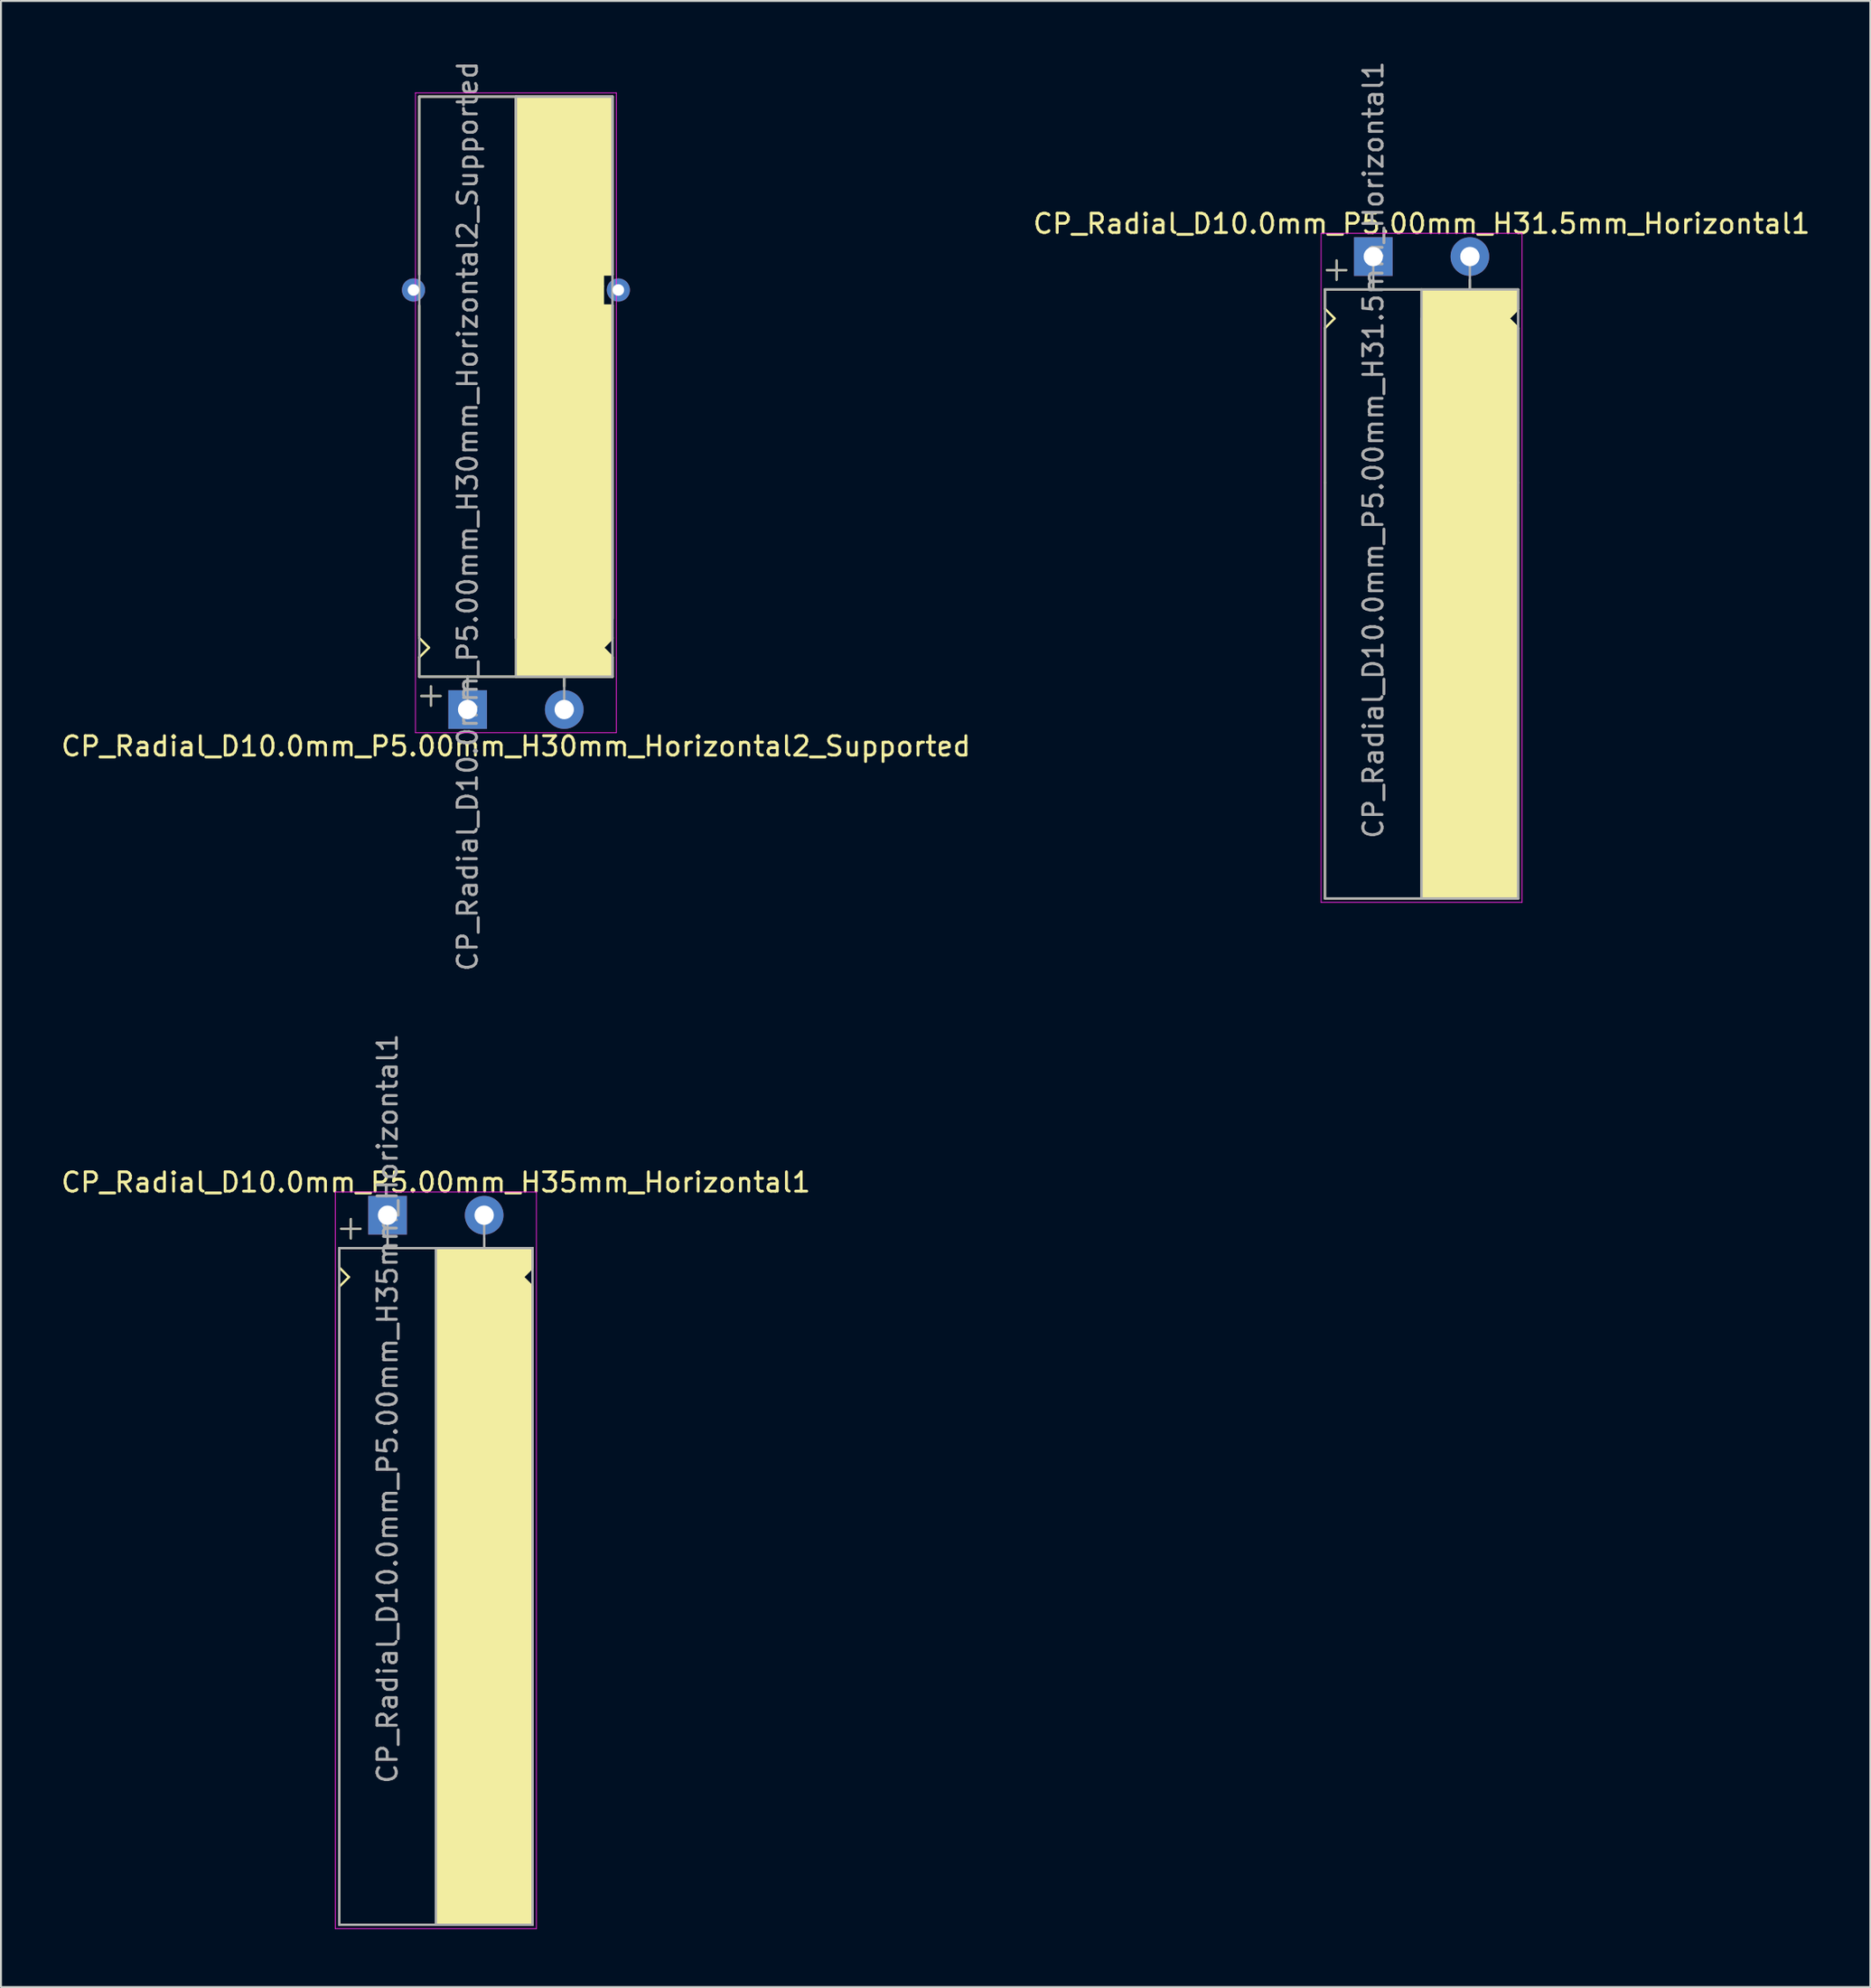
<source format=kicad_pcb>
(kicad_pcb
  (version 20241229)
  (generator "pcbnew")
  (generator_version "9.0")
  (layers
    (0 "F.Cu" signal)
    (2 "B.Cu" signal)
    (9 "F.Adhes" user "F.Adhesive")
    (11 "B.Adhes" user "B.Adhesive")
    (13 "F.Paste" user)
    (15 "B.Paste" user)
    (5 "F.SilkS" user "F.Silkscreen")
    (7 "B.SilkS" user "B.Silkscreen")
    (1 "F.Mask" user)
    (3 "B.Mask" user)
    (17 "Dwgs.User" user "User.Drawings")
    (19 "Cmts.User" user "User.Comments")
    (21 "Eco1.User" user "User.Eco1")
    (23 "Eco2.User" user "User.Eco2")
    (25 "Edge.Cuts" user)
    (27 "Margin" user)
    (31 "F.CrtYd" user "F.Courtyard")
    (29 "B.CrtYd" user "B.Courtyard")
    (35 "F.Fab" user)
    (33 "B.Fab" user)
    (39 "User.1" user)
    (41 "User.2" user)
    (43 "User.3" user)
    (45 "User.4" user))
  (footprint "CP_Radial_D10.0mm_P5.00mm_H31.5mm_Horizontal1"
    (layer "F.Cu")
    (at 68.018 10.22)
    (property "Reference" "CP_Radial_D10.0mm_P5.00mm_H31.5mm_Horizontal1" (at 2.5 -1.7 0) (layer "F.SilkS") (effects (font (size 1 1) (thickness 0.15))))
    (attr through_hole)
    (fp_line (start -2.5 1.7) (end -2.5 2.7) (stroke (width 0.12) (type solid)) (layer "F.SilkS"))
    (fp_line (start -2.5 2.7) (end -2 3.2) (stroke (width 0.12) (type solid)) (layer "F.SilkS"))
    (fp_line (start -2.5 3.7) (end -2.5 11.7) (stroke (width 0.12) (type solid)) (layer "F.SilkS"))
    (fp_line (start -2.5 11.7) (end -2.5 33.2) (stroke (width 0.12) (type solid)) (layer "F.SilkS"))
    (fp_line (start -2.5 33.2) (end 7.5 33.2) (stroke (width 0.12) (type solid)) (layer "F.SilkS"))
    (fp_line (start -2 3.2) (end -2.5 3.7) (stroke (width 0.12) (type solid)) (layer "F.SilkS"))
    (fp_line (start -1.9 0.2) (end -1.9 1.2) (stroke (width 0.12) (type solid)) (layer "F.SilkS"))
    (fp_line (start -1.4 0.7) (end -2.4 0.7) (stroke (width 0.12) (type solid)) (layer "F.SilkS"))
    (fp_line (start 0 1.7) (end 0 1.2) (stroke (width 0.12) (type solid)) (layer "F.SilkS"))
    (fp_line (start 2.5 1.7) (end -2.5 1.7) (stroke (width 0.12) (type solid)) (layer "F.SilkS"))
    (fp_line (start 2.5 33.2) (end 2.5 3.2) (stroke (width 0.12) (type solid)) (layer "F.SilkS"))
    (fp_line (start 5 1.7) (end 5 1.2) (stroke (width 0.12) (type solid)) (layer "F.SilkS"))
    (fp_line (start 7 3.2) (end 7.5 3.7) (stroke (width 0.12) (type solid)) (layer "F.SilkS"))
    (fp_line (start 7.5 1.7) (end 2.5 1.7) (stroke (width 0.12) (type solid)) (layer "F.SilkS"))
    (fp_line (start 7.5 1.7) (end 7.5 2.7) (stroke (width 0.12) (type solid)) (layer "F.SilkS"))
    (fp_line (start 7.5 2.7) (end 7 3.2) (stroke (width 0.12) (type solid)) (layer "F.SilkS"))
    (fp_line (start 7.5 3.7) (end 7.5 11.7) (stroke (width 0.12) (type solid)) (layer "F.SilkS"))
    (fp_line (start 7.5 11.7) (end 7.5 33.2) (stroke (width 0.12) (type solid)) (layer "F.SilkS"))
    (fp_poly (pts (xy 7.5 2.7) (xy 7 3.2) (xy 7.5 3.7) (xy 7.5 33.2) (xy 2.5 33.2) (xy 2.5 1.7) (xy 7.5 1.7)) (stroke (width 0.1) (type solid)) (fill yes) (layer "F.SilkS"))
    (fp_line (start -2.7 -1.2) (end 5.3 -1.2) (stroke (width 0.04) (type solid)) (layer "F.CrtYd"))
    (fp_line (start -2.7 33.4) (end -2.7 -1.2) (stroke (width 0.04) (type solid)) (layer "F.CrtYd"))
    (fp_line (start 5.3 -1.2) (end 7.7 -1.2) (stroke (width 0.04) (type solid)) (layer "F.CrtYd"))
    (fp_line (start 7.7 -1.2) (end 7.7 33.4) (stroke (width 0.04) (type solid)) (layer "F.CrtYd"))
    (fp_line (start 7.7 33.4) (end -2.7 33.4) (stroke (width 0.04) (type solid)) (layer "F.CrtYd"))
    (fp_line (start -2.5 1.7) (end -2.5 33.2) (stroke (width 0.12) (type solid)) (layer "F.Fab"))
    (fp_line (start -2.5 33.2) (end 7.5 33.2) (stroke (width 0.12) (type solid)) (layer "F.Fab"))
    (fp_line (start -2.4 0.7) (end -1.4 0.7) (stroke (width 0.1) (type solid)) (layer "F.Fab"))
    (fp_line (start -1.9 1.2) (end -1.9 0.2) (stroke (width 0.1) (type solid)) (layer "F.Fab"))
    (fp_line (start 0 1.7) (end 0 0) (stroke (width 0.12) (type solid)) (layer "F.Fab"))
    (fp_line (start 2.5 1.7) (end 2.5 33.2) (stroke (width 0.12) (type solid)) (layer "F.Fab"))
    (fp_line (start 5 1.7) (end 5 0) (stroke (width 0.12) (type solid)) (layer "F.Fab"))
    (fp_line (start 7.5 1.7) (end -2.5 1.7) (stroke (width 0.12) (type solid)) (layer "F.Fab"))
    (fp_line (start 7.5 33.2) (end 7.5 1.7) (stroke (width 0.12) (type solid)) (layer "F.Fab"))
    (fp_poly (pts (xy 7.5 33.2) (xy 2.5 33.2) (xy 2.5 1.7) (xy 7.5 1.7)) (stroke (width 0.1) (type solid)) (fill no) (layer "F.Fab"))
    (fp_text user "${REFERENCE}" (at 0 10 90) (layer "F.Fab") (effects (font (size 1 1) (thickness 0.15))))
    (pad "1" thru_hole rect (at 0 0) (size 2 2) (drill 1) (layers "*.Cu" "*.Mask"))
    (pad "2" thru_hole circle (at 5 0) (size 2 2) (drill 1) (layers "*.Cu" "*.Mask")))
  (footprint "CP_Radial_D10.0mm_P5.00mm_H35mm_Horizontal1"
    (layer "F.Cu")
    (at 17.006 59.804)
    (property "Reference" "CP_Radial_D10.0mm_P5.00mm_H35mm_Horizontal1" (at 2.5 -1.7 0) (layer "F.SilkS") (effects (font (size 1 1) (thickness 0.15))))
    (attr through_hole)
    (fp_line (start -2.5 1.7) (end -2.5 2.7) (stroke (width 0.12) (type solid)) (layer "F.SilkS"))
    (fp_line (start -2.5 2.7) (end -2 3.2) (stroke (width 0.12) (type solid)) (layer "F.SilkS"))
    (fp_line (start -2.5 3.7) (end -2.5 11.7) (stroke (width 0.12) (type solid)) (layer "F.SilkS"))
    (fp_line (start -2.5 11.7) (end -2.5 36.7) (stroke (width 0.12) (type solid)) (layer "F.SilkS"))
    (fp_line (start -2.5 36.7) (end 7.5 36.7) (stroke (width 0.12) (type solid)) (layer "F.SilkS"))
    (fp_line (start -2 3.2) (end -2.5 3.7) (stroke (width 0.12) (type solid)) (layer "F.SilkS"))
    (fp_line (start -1.9 0.2) (end -1.9 1.2) (stroke (width 0.12) (type solid)) (layer "F.SilkS"))
    (fp_line (start -1.4 0.7) (end -2.4 0.7) (stroke (width 0.12) (type solid)) (layer "F.SilkS"))
    (fp_line (start 0 1.7) (end 0 1.2) (stroke (width 0.12) (type solid)) (layer "F.SilkS"))
    (fp_line (start 2.5 1.7) (end -2.5 1.7) (stroke (width 0.12) (type solid)) (layer "F.SilkS"))
    (fp_line (start 2.5 36.7) (end 2.5 1.7) (stroke (width 0.12) (type solid)) (layer "F.SilkS"))
    (fp_line (start 5 1.7) (end 5 1.2) (stroke (width 0.12) (type solid)) (layer "F.SilkS"))
    (fp_line (start 7 3.2) (end 7.5 3.7) (stroke (width 0.12) (type solid)) (layer "F.SilkS"))
    (fp_line (start 7.5 1.7) (end 2.5 1.7) (stroke (width 0.12) (type solid)) (layer "F.SilkS"))
    (fp_line (start 7.5 1.7) (end 7.5 2.7) (stroke (width 0.12) (type solid)) (layer "F.SilkS"))
    (fp_line (start 7.5 2.7) (end 7 3.2) (stroke (width 0.12) (type solid)) (layer "F.SilkS"))
    (fp_line (start 7.5 3.7) (end 7.5 11.7) (stroke (width 0.12) (type solid)) (layer "F.SilkS"))
    (fp_line (start 7.5 11.7) (end 7.5 36.7) (stroke (width 0.12) (type solid)) (layer "F.SilkS"))
    (fp_poly (pts (xy 7.5 2.7) (xy 7 3.2) (xy 7.5 3.7) (xy 7.5 36.7) (xy 2.5 36.7) (xy 2.5 1.7) (xy 7.5 1.7)) (stroke (width 0.1) (type solid)) (fill yes) (layer "F.SilkS"))
    (fp_line (start -2.7 -1.2) (end 5.3 -1.2) (stroke (width 0.04) (type solid)) (layer "F.CrtYd"))
    (fp_line (start -2.7 36.9) (end -2.7 -1.2) (stroke (width 0.04) (type solid)) (layer "F.CrtYd"))
    (fp_line (start 5.3 -1.2) (end 7.7 -1.2) (stroke (width 0.04) (type solid)) (layer "F.CrtYd"))
    (fp_line (start 7.7 -1.2) (end 7.7 36.9) (stroke (width 0.04) (type solid)) (layer "F.CrtYd"))
    (fp_line (start 7.7 36.9) (end -2.7 36.9) (stroke (width 0.04) (type solid)) (layer "F.CrtYd"))
    (fp_line (start -2.5 1.7) (end -2.5 36.7) (stroke (width 0.12) (type solid)) (layer "F.Fab"))
    (fp_line (start -2.5 36.7) (end 7.5 36.7) (stroke (width 0.12) (type solid)) (layer "F.Fab"))
    (fp_line (start -2.4 0.7) (end -1.4 0.7) (stroke (width 0.1) (type solid)) (layer "F.Fab"))
    (fp_line (start -1.9 1.2) (end -1.9 0.2) (stroke (width 0.1) (type solid)) (layer "F.Fab"))
    (fp_line (start 0 1.7) (end 0 0) (stroke (width 0.12) (type solid)) (layer "F.Fab"))
    (fp_line (start 2.5 1.7) (end 2.5 36.7) (stroke (width 0.12) (type solid)) (layer "F.Fab"))
    (fp_line (start 5 1.7) (end 5 0) (stroke (width 0.12) (type solid)) (layer "F.Fab"))
    (fp_line (start 7.5 1.7) (end -2.5 1.7) (stroke (width 0.12) (type solid)) (layer "F.Fab"))
    (fp_line (start 7.5 36.7) (end 7.5 1.7) (stroke (width 0.12) (type solid)) (layer "F.Fab"))
    (fp_poly (pts (xy 7.5 36.7) (xy 2.5 36.7) (xy 2.5 1.7) (xy 7.5 1.7)) (stroke (width 0.1) (type solid)) (fill no) (layer "F.Fab"))
    (fp_text user "${REFERENCE}" (at 0 10 90) (layer "F.Fab") (effects (font (size 1 1) (thickness 0.15))))
    (pad "1" thru_hole rect (at 0 0) (size 2 2) (drill 1) (layers "*.Cu" "*.Mask"))
    (pad "2" thru_hole circle (at 5 0) (size 2 2) (drill 1) (layers "*.Cu" "*.Mask")))
  (footprint "CP_Radial_D10.0mm_P5.00mm_H30mm_Horizontal2_Supported"
    (layer "F.Cu")
    (at 21.149 33.649)
    (property "Reference" "CP_Radial_D10.0mm_P5.00mm_H30mm_Horizontal2_Supported" (at 2.5 1.9 0) (layer "F.SilkS") (effects (font (size 1 1) (thickness 0.15))))
    (attr through_hole)
    (fp_line (start -2.5 -31.7) (end 7.5 -31.7) (stroke (width 0.12) (type solid)) (layer "F.SilkS"))
    (fp_line (start -2.5 -22.5) (end -2.5 -31.7) (stroke (width 0.12) (type solid)) (layer "F.SilkS"))
    (fp_line (start -2.5 -3.8) (end -2.5 -20.9) (stroke (width 0.12) (type solid)) (layer "F.SilkS"))
    (fp_line (start -2.5 -2.7) (end -2 -3.2) (stroke (width 0.12) (type solid)) (layer "F.SilkS"))
    (fp_line (start -2.5 -1.7) (end -2.5 -2.7) (stroke (width 0.12) (type solid)) (layer "F.SilkS"))
    (fp_line (start -2 -3.2) (end -2.5 -3.7) (stroke (width 0.12) (type solid)) (layer "F.SilkS"))
    (fp_line (start -1.9 -1.2) (end -1.9 -0.2) (stroke (width 0.12) (type solid)) (layer "F.SilkS"))
    (fp_line (start -1.4 -0.7) (end -2.4 -0.7) (stroke (width 0.12) (type solid)) (layer "F.SilkS"))
    (fp_line (start 0 -1.7) (end 0 -1.2) (stroke (width 0.12) (type solid)) (layer "F.SilkS"))
    (fp_line (start 2.5 -31.7) (end 2.5 -3.7) (stroke (width 0.12) (type solid)) (layer "F.SilkS"))
    (fp_line (start 2.5 -1.7) (end -2.5 -1.7) (stroke (width 0.12) (type solid)) (layer "F.SilkS"))
    (fp_line (start 5 -1.7) (end 5 -1.2) (stroke (width 0.12) (type solid)) (layer "F.SilkS"))
    (fp_line (start 7 -22.5) (end 7 -21.9) (stroke (width 0.12) (type solid)) (layer "F.SilkS"))
    (fp_line (start 7 -21.9) (end 7 -20.9) (stroke (width 0.12) (type solid)) (layer "F.SilkS"))
    (fp_line (start 7 -20.9) (end 7.5 -20.9) (stroke (width 0.12) (type solid)) (layer "F.SilkS"))
    (fp_line (start 7 -3.2) (end 7.5 -3.7) (stroke (width 0.12) (type solid)) (layer "F.SilkS"))
    (fp_line (start 7.5 -22.5) (end 7 -22.5) (stroke (width 0.12) (type solid)) (layer "F.SilkS"))
    (fp_line (start 7.5 -22.5) (end 7.5 -31.7) (stroke (width 0.12) (type solid)) (layer "F.SilkS"))
    (fp_line (start 7.5 -4.7) (end 7.5 -20.9) (stroke (width 0.12) (type solid)) (layer "F.SilkS"))
    (fp_line (start 7.5 -2.7) (end 7 -3.2) (stroke (width 0.12) (type solid)) (layer "F.SilkS"))
    (fp_line (start 7.5 -1.7) (end 2.5 -1.7) (stroke (width 0.12) (type solid)) (layer "F.SilkS"))
    (fp_line (start 7.5 -1.7) (end 7.5 -2.7) (stroke (width 0.12) (type solid)) (layer "F.SilkS"))
    (fp_poly (pts (xy 7.5 -2.7) (xy 7 -3.2) (xy 7.5 -3.7) (xy 7.5 -20.9) (xy 7 -20.9) (xy 7 -22.5) (xy 7.5 -22.5) (xy 7.5 -31.7) (xy 2.5 -31.7) (xy 2.5 -1.7) (xy 7.5 -1.7)) (stroke (width 0.1) (type solid)) (fill yes) (layer "F.SilkS"))
    (fp_line (start -2.7 -31.9) (end -2.7 1.2) (stroke (width 0.04) (type solid)) (layer "F.CrtYd"))
    (fp_line (start -2.7 1.2) (end 5.3 1.2) (stroke (width 0.04) (type solid)) (layer "F.CrtYd"))
    (fp_line (start 5.3 1.2) (end 7.7 1.2) (stroke (width 0.04) (type solid)) (layer "F.CrtYd"))
    (fp_line (start 7.7 -31.9) (end -2.7 -31.9) (stroke (width 0.04) (type solid)) (layer "F.CrtYd"))
    (fp_line (start 7.7 1.2) (end 7.7 -31.9) (stroke (width 0.04) (type solid)) (layer "F.CrtYd"))
    (fp_line (start -2.5 -31.7) (end 7.5 -31.7) (stroke (width 0.12) (type solid)) (layer "F.Fab"))
    (fp_line (start -2.5 -1.7) (end -2.5 -31.7) (stroke (width 0.12) (type solid)) (layer "F.Fab"))
    (fp_line (start -2.4 -0.7) (end -1.4 -0.7) (stroke (width 0.1) (type solid)) (layer "F.Fab"))
    (fp_line (start -1.9 -0.2) (end -1.9 -1.2) (stroke (width 0.1) (type solid)) (layer "F.Fab"))
    (fp_line (start 0 -1.7) (end 0 0) (stroke (width 0.12) (type solid)) (layer "F.Fab"))
    (fp_line (start 2.5 -3.7) (end 2.5 -31.7) (stroke (width 0.12) (type solid)) (layer "F.Fab"))
    (fp_line (start 5 -1.7) (end 5 0) (stroke (width 0.12) (type solid)) (layer "F.Fab"))
    (fp_line (start 7.5 -31.7) (end 7.5 -1.7) (stroke (width 0.12) (type solid)) (layer "F.Fab"))
    (fp_line (start 7.5 -1.7) (end -2.5 -1.7) (stroke (width 0.12) (type solid)) (layer "F.Fab"))
    (fp_poly (pts (xy 7.5 -31.7) (xy 2.5 -31.7) (xy 2.5 -1.7) (xy 7.5 -1.7)) (stroke (width 0.1) (type solid)) (fill no) (layer "F.Fab"))
    (fp_text user "${REFERENCE}" (at 0 -10 90) (layer "F.Fab") (effects (font (size 1 1) (thickness 0.15))))
    (pad "" thru_hole circle (at -2.8 -21.7 180) (size 1.2 1.2) (drill 0.6) (layers "*.Cu" "*.Mask"))
    (pad "" thru_hole circle (at 7.8 -21.7 180) (size 1.2 1.2) (drill 0.6) (layers "*.Cu" "*.Mask"))
    (pad "1" thru_hole rect (at 0 0) (size 2 2) (drill 1) (layers "*.Cu" "*.Mask"))
    (pad "2" thru_hole circle (at 5 0) (size 2 2) (drill 1) (layers "*.Cu" "*.Mask")))
  (gr_rect
    (start -3 -3)
    (end 93.738 99.724)
    (stroke (width 0.1) (type default))
    (fill no)
    (layer "Edge.Cuts")))
</source>
